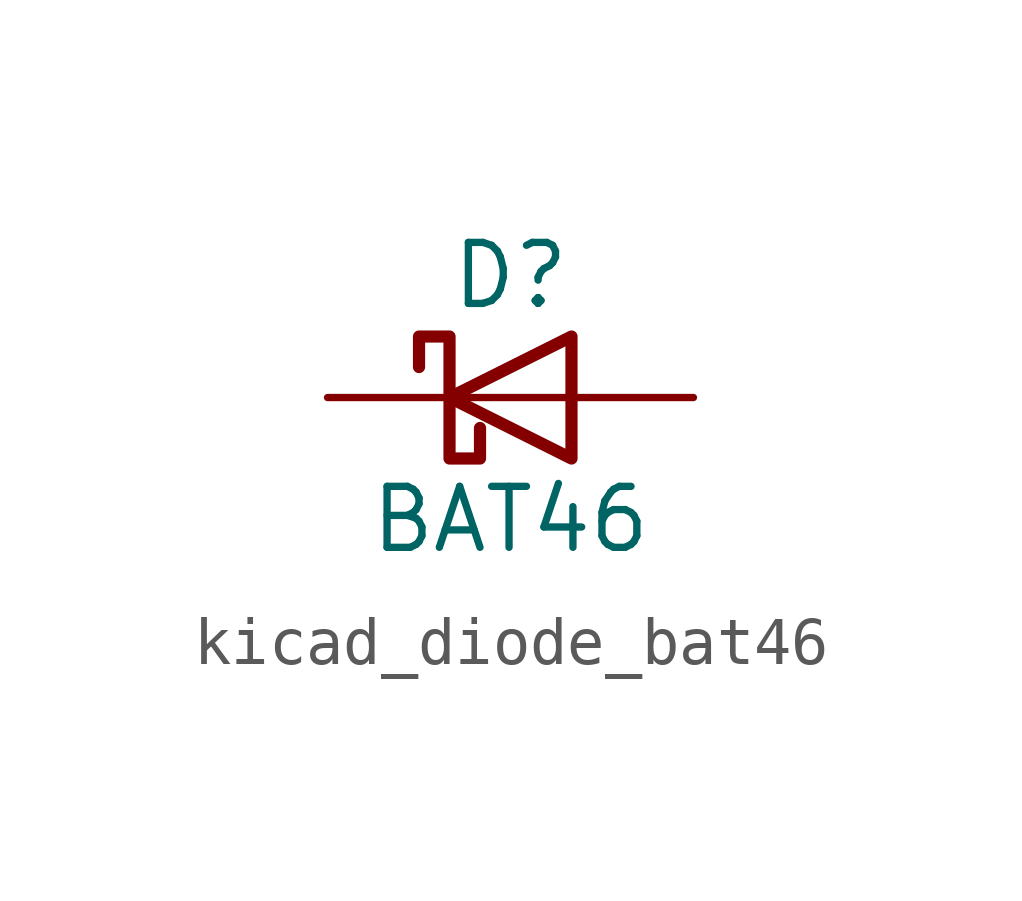
<source format=kicad_sym>
(kicad_symbol_lib
  (version 20220914)
  (generator kicad_symbol_editor)
  (symbol "kicad_diode_bat46"
    (pin_numbers hide)
    (pin_names
      (offset 1.016) hide)
    (property "Reference" "D"
      (at 0 2.54 0)
      (effects (font (size 1.27 1.27))))
    (property "Value" "BAT46"
      (at 0 -2.54 0)
      (effects (font (size 1.27 1.27))))
    (symbol "kicad_diode_bat46_0_1"
      (polyline (pts (xy 1.27 0) (xy -1.27 0)) (stroke (width 0) (type default)) (fill (type none)))
      (polyline (pts (xy 1.27 1.27) (xy 1.27 -1.27) (xy -1.27 0) (xy 1.27 1.27)) (stroke (width 0.254) (type default)) (fill (type none)))
      (polyline (pts (xy -1.905 0.635) (xy -1.905 1.27) (xy -1.27 1.27) (xy -1.27 -1.27) (xy -0.635 -1.27) (xy -0.635 -0.635)) (stroke (width 0.254) (type default)) (fill (type none))))
    (symbol "kicad_diode_bat46_1_1"
      (pin passive line (at -3.81 0 0) (length 2.54) (name "K" (effects (font (size 1.27 1.27)))) (number "1" (effects (font (size 1.27 1.27)))))
      (pin passive line (at 3.81 0 180) (length 2.54) (name "A" (effects (font (size 1.27 1.27)))) (number "2" (effects (font (size 1.27 1.27))))))))
</source>
